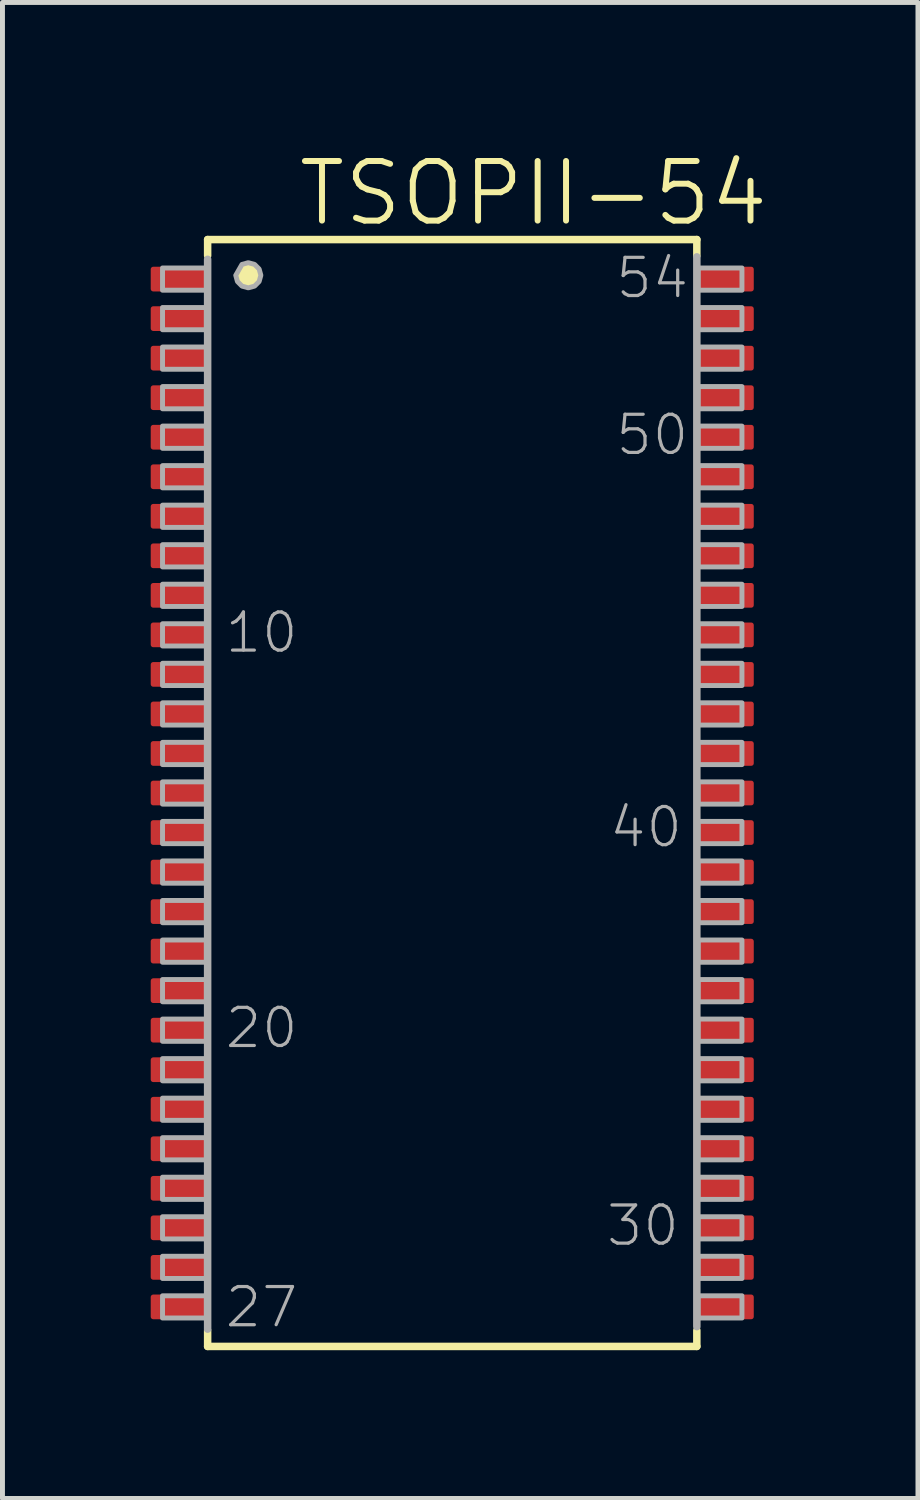
<source format=kicad_pcb>
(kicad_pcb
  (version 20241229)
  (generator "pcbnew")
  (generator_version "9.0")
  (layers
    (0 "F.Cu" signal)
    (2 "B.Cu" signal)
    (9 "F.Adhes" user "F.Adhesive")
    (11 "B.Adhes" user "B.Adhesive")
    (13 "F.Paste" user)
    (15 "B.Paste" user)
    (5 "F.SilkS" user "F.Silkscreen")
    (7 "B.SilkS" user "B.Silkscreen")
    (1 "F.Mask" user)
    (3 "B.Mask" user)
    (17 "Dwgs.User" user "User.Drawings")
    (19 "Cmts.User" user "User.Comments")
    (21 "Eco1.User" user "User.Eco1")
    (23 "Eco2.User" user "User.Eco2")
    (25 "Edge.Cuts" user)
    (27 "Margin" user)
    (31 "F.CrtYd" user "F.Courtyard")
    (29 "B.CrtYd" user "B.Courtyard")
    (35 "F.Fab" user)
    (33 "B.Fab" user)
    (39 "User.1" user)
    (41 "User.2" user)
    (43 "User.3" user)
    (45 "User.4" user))
  (footprint "TSOPII-54"
    (layer "F.Cu")
    (at 6.102 12.998)
    (property "Reference" "TSOPII-54" (at -3.175 -11.43 180) (layer "F.SilkS") (effects (font (size 1.206 1.206) (thickness 0.121)) (justify left bottom)))
    (attr through_hole)
    (fp_line (start -4.95 -11.2) (end -4.95 -10.875) (stroke (width 0.152) (type solid)) (layer "F.SilkS"))
    (fp_line (start -4.95 11.2) (end -4.95 10.875) (stroke (width 0.152) (type solid)) (layer "F.SilkS"))
    (fp_line (start -4.95 11.2) (end 4.95 11.2) (stroke (width 0.152) (type solid)) (layer "F.SilkS"))
    (fp_line (start 4.95 -11.2) (end -4.95 -11.2) (stroke (width 0.152) (type solid)) (layer "F.SilkS"))
    (fp_line (start 4.95 -11.2) (end 4.95 -10.875) (stroke (width 0.152) (type solid)) (layer "F.SilkS"))
    (fp_line (start 4.95 11.2) (end 4.95 10.875) (stroke (width 0.152) (type solid)) (layer "F.SilkS"))
    (fp_poly (pts (xy -4.381 -10.477) (xy -4.347 -10.351) (xy -4.255 -10.258) (xy -4.128 -10.223) (xy -4 -10.258) (xy -3.908 -10.351) (xy -3.873 -10.477) (xy -3.908 -10.604) (xy -4 -10.697) (xy -4.128 -10.732) (xy -4.255 -10.697)) (stroke (width 0) (type solid)) (fill yes) (layer "F.SilkS"))
    (fp_line (start -4.95 -10.8) (end -4.95 10.85) (stroke (width 0.152) (type solid)) (layer "F.Fab"))
    (fp_line (start 4.95 10.8) (end 4.95 -10.85) (stroke (width 0.152) (type solid)) (layer "F.Fab"))
    (fp_poly (pts (xy -5.863 -10.625) (xy -5.863 -10.175) (xy -4.975 -10.175) (xy -4.975 -10.625)) (stroke (width 0.1) (type solid)) (fill no) (layer "F.Fab"))
    (fp_poly (pts (xy -5.863 -9.825) (xy -5.863 -9.375) (xy -4.975 -9.375) (xy -4.975 -9.825)) (stroke (width 0.1) (type solid)) (fill no) (layer "F.Fab"))
    (fp_poly (pts (xy -5.863 -9.025) (xy -5.863 -8.575) (xy -4.975 -8.575) (xy -4.975 -9.025)) (stroke (width 0.1) (type solid)) (fill no) (layer "F.Fab"))
    (fp_poly (pts (xy -5.863 -8.225) (xy -5.863 -7.775) (xy -4.975 -7.775) (xy -4.975 -8.225)) (stroke (width 0.1) (type solid)) (fill no) (layer "F.Fab"))
    (fp_poly (pts (xy -5.863 -7.425) (xy -5.863 -6.975) (xy -4.975 -6.975) (xy -4.975 -7.425)) (stroke (width 0.1) (type solid)) (fill no) (layer "F.Fab"))
    (fp_poly (pts (xy -5.863 -6.625) (xy -5.863 -6.175) (xy -4.975 -6.175) (xy -4.975 -6.625)) (stroke (width 0.1) (type solid)) (fill no) (layer "F.Fab"))
    (fp_poly (pts (xy -5.863 -5.825) (xy -5.863 -5.375) (xy -4.975 -5.375) (xy -4.975 -5.825)) (stroke (width 0.1) (type solid)) (fill no) (layer "F.Fab"))
    (fp_poly (pts (xy -5.863 -5.025) (xy -5.863 -4.575) (xy -4.975 -4.575) (xy -4.975 -5.025)) (stroke (width 0.1) (type solid)) (fill no) (layer "F.Fab"))
    (fp_poly (pts (xy -5.863 -4.225) (xy -5.863 -3.775) (xy -4.975 -3.775) (xy -4.975 -4.225)) (stroke (width 0.1) (type solid)) (fill no) (layer "F.Fab"))
    (fp_poly (pts (xy -5.863 -3.425) (xy -5.863 -2.975) (xy -4.975 -2.975) (xy -4.975 -3.425)) (stroke (width 0.1) (type solid)) (fill no) (layer "F.Fab"))
    (fp_poly (pts (xy -5.863 -2.625) (xy -5.863 -2.175) (xy -4.975 -2.175) (xy -4.975 -2.625)) (stroke (width 0.1) (type solid)) (fill no) (layer "F.Fab"))
    (fp_poly (pts (xy -5.863 -1.825) (xy -5.863 -1.375) (xy -4.975 -1.375) (xy -4.975 -1.825)) (stroke (width 0.1) (type solid)) (fill no) (layer "F.Fab"))
    (fp_poly (pts (xy -5.863 -1.025) (xy -5.863 -0.575) (xy -4.975 -0.575) (xy -4.975 -1.025)) (stroke (width 0.1) (type solid)) (fill no) (layer "F.Fab"))
    (fp_poly (pts (xy -5.863 -0.225) (xy -5.863 0.225) (xy -4.975 0.225) (xy -4.975 -0.225)) (stroke (width 0.1) (type solid)) (fill no) (layer "F.Fab"))
    (fp_poly (pts (xy -5.863 0.575) (xy -5.863 1.025) (xy -4.975 1.025) (xy -4.975 0.575)) (stroke (width 0.1) (type solid)) (fill no) (layer "F.Fab"))
    (fp_poly (pts (xy -5.863 1.375) (xy -5.863 1.825) (xy -4.975 1.825) (xy -4.975 1.375)) (stroke (width 0.1) (type solid)) (fill no) (layer "F.Fab"))
    (fp_poly (pts (xy -5.863 2.175) (xy -5.863 2.625) (xy -4.975 2.625) (xy -4.975 2.175)) (stroke (width 0.1) (type solid)) (fill no) (layer "F.Fab"))
    (fp_poly (pts (xy -5.863 2.975) (xy -5.863 3.425) (xy -4.975 3.425) (xy -4.975 2.975)) (stroke (width 0.1) (type solid)) (fill no) (layer "F.Fab"))
    (fp_poly (pts (xy -5.863 3.775) (xy -5.863 4.225) (xy -4.975 4.225) (xy -4.975 3.775)) (stroke (width 0.1) (type solid)) (fill no) (layer "F.Fab"))
    (fp_poly (pts (xy -5.863 4.575) (xy -5.863 5.025) (xy -4.975 5.025) (xy -4.975 4.575)) (stroke (width 0.1) (type solid)) (fill no) (layer "F.Fab"))
    (fp_poly (pts (xy -5.863 5.375) (xy -5.863 5.825) (xy -4.975 5.825) (xy -4.975 5.375)) (stroke (width 0.1) (type solid)) (fill no) (layer "F.Fab"))
    (fp_poly (pts (xy -5.863 6.175) (xy -5.863 6.625) (xy -4.975 6.625) (xy -4.975 6.175)) (stroke (width 0.1) (type solid)) (fill no) (layer "F.Fab"))
    (fp_poly (pts (xy -5.863 6.975) (xy -5.863 7.425) (xy -4.975 7.425) (xy -4.975 6.975)) (stroke (width 0.1) (type solid)) (fill no) (layer "F.Fab"))
    (fp_poly (pts (xy -5.863 7.775) (xy -5.863 8.225) (xy -4.975 8.225) (xy -4.975 7.775)) (stroke (width 0.1) (type solid)) (fill no) (layer "F.Fab"))
    (fp_poly (pts (xy -5.863 8.575) (xy -5.863 9.025) (xy -4.975 9.025) (xy -4.975 8.575)) (stroke (width 0.1) (type solid)) (fill no) (layer "F.Fab"))
    (fp_poly (pts (xy -5.863 9.375) (xy -5.863 9.825) (xy -4.975 9.825) (xy -4.975 9.375)) (stroke (width 0.1) (type solid)) (fill no) (layer "F.Fab"))
    (fp_poly (pts (xy -5.863 10.175) (xy -5.863 10.625) (xy -4.975 10.625) (xy -4.975 10.175)) (stroke (width 0.1) (type solid)) (fill no) (layer "F.Fab"))
    (fp_poly (pts (xy 5.863 -10.175) (xy 5.863 -10.625) (xy 4.975 -10.625) (xy 4.975 -10.175)) (stroke (width 0.1) (type solid)) (fill no) (layer "F.Fab"))
    (fp_poly (pts (xy 5.863 -9.375) (xy 5.863 -9.825) (xy 4.975 -9.825) (xy 4.975 -9.375)) (stroke (width 0.1) (type solid)) (fill no) (layer "F.Fab"))
    (fp_poly (pts (xy 5.863 -8.575) (xy 5.863 -9.025) (xy 4.975 -9.025) (xy 4.975 -8.575)) (stroke (width 0.1) (type solid)) (fill no) (layer "F.Fab"))
    (fp_poly (pts (xy 5.863 -7.775) (xy 5.863 -8.225) (xy 4.975 -8.225) (xy 4.975 -7.775)) (stroke (width 0.1) (type solid)) (fill no) (layer "F.Fab"))
    (fp_poly (pts (xy 5.863 -6.975) (xy 5.863 -7.425) (xy 4.975 -7.425) (xy 4.975 -6.975)) (stroke (width 0.1) (type solid)) (fill no) (layer "F.Fab"))
    (fp_poly (pts (xy 5.863 -6.175) (xy 5.863 -6.625) (xy 4.975 -6.625) (xy 4.975 -6.175)) (stroke (width 0.1) (type solid)) (fill no) (layer "F.Fab"))
    (fp_poly (pts (xy 5.863 -5.375) (xy 5.863 -5.825) (xy 4.975 -5.825) (xy 4.975 -5.375)) (stroke (width 0.1) (type solid)) (fill no) (layer "F.Fab"))
    (fp_poly (pts (xy 5.863 -4.575) (xy 5.863 -5.025) (xy 4.975 -5.025) (xy 4.975 -4.575)) (stroke (width 0.1) (type solid)) (fill no) (layer "F.Fab"))
    (fp_poly (pts (xy 5.863 -3.775) (xy 5.863 -4.225) (xy 4.975 -4.225) (xy 4.975 -3.775)) (stroke (width 0.1) (type solid)) (fill no) (layer "F.Fab"))
    (fp_poly (pts (xy 5.863 -2.975) (xy 5.863 -3.425) (xy 4.975 -3.425) (xy 4.975 -2.975)) (stroke (width 0.1) (type solid)) (fill no) (layer "F.Fab"))
    (fp_poly (pts (xy 5.863 -2.175) (xy 5.863 -2.625) (xy 4.975 -2.625) (xy 4.975 -2.175)) (stroke (width 0.1) (type solid)) (fill no) (layer "F.Fab"))
    (fp_poly (pts (xy 5.863 -1.375) (xy 5.863 -1.825) (xy 4.975 -1.825) (xy 4.975 -1.375)) (stroke (width 0.1) (type solid)) (fill no) (layer "F.Fab"))
    (fp_poly (pts (xy 5.863 -0.575) (xy 5.863 -1.025) (xy 4.975 -1.025) (xy 4.975 -0.575)) (stroke (width 0.1) (type solid)) (fill no) (layer "F.Fab"))
    (fp_poly (pts (xy 5.863 0.225) (xy 5.863 -0.225) (xy 4.975 -0.225) (xy 4.975 0.225)) (stroke (width 0.1) (type solid)) (fill no) (layer "F.Fab"))
    (fp_poly (pts (xy 5.863 1.025) (xy 5.863 0.575) (xy 4.975 0.575) (xy 4.975 1.025)) (stroke (width 0.1) (type solid)) (fill no) (layer "F.Fab"))
    (fp_poly (pts (xy 5.863 1.825) (xy 5.863 1.375) (xy 4.975 1.375) (xy 4.975 1.825)) (stroke (width 0.1) (type solid)) (fill no) (layer "F.Fab"))
    (fp_poly (pts (xy 5.863 2.625) (xy 5.863 2.175) (xy 4.975 2.175) (xy 4.975 2.625)) (stroke (width 0.1) (type solid)) (fill no) (layer "F.Fab"))
    (fp_poly (pts (xy 5.863 3.425) (xy 5.863 2.975) (xy 4.975 2.975) (xy 4.975 3.425)) (stroke (width 0.1) (type solid)) (fill no) (layer "F.Fab"))
    (fp_poly (pts (xy 5.863 4.225) (xy 5.863 3.775) (xy 4.975 3.775) (xy 4.975 4.225)) (stroke (width 0.1) (type solid)) (fill no) (layer "F.Fab"))
    (fp_poly (pts (xy 5.863 5.025) (xy 5.863 4.575) (xy 4.975 4.575) (xy 4.975 5.025)) (stroke (width 0.1) (type solid)) (fill no) (layer "F.Fab"))
    (fp_poly (pts (xy 5.863 5.825) (xy 5.863 5.375) (xy 4.975 5.375) (xy 4.975 5.825)) (stroke (width 0.1) (type solid)) (fill no) (layer "F.Fab"))
    (fp_poly (pts (xy 5.863 6.625) (xy 5.863 6.175) (xy 4.975 6.175) (xy 4.975 6.625)) (stroke (width 0.1) (type solid)) (fill no) (layer "F.Fab"))
    (fp_poly (pts (xy 5.863 7.425) (xy 5.863 6.975) (xy 4.975 6.975) (xy 4.975 7.425)) (stroke (width 0.1) (type solid)) (fill no) (layer "F.Fab"))
    (fp_poly (pts (xy 5.863 8.225) (xy 5.863 7.775) (xy 4.975 7.775) (xy 4.975 8.225)) (stroke (width 0.1) (type solid)) (fill no) (layer "F.Fab"))
    (fp_poly (pts (xy 5.863 9.025) (xy 5.863 8.575) (xy 4.975 8.575) (xy 4.975 9.025)) (stroke (width 0.1) (type solid)) (fill no) (layer "F.Fab"))
    (fp_poly (pts (xy 5.863 9.825) (xy 5.863 9.375) (xy 4.975 9.375) (xy 4.975 9.825)) (stroke (width 0.1) (type solid)) (fill no) (layer "F.Fab"))
    (fp_poly (pts (xy 5.863 10.625) (xy 5.863 10.175) (xy 4.975 10.175) (xy 4.975 10.625)) (stroke (width 0.1) (type solid)) (fill no) (layer "F.Fab"))
    (fp_poly (pts (xy -4.381 -10.477) (xy -4.347 -10.351) (xy -4.255 -10.258) (xy -4.128 -10.223) (xy -4 -10.258) (xy -3.908 -10.351) (xy -3.873 -10.477) (xy -3.908 -10.604) (xy -4 -10.697) (xy -4.128 -10.732) (xy -4.255 -10.697)) (stroke (width 0.1) (type solid)) (fill no) (layer "F.Fab"))
    (fp_text user "20" (at -4.636 5.207 0) (layer "F.Fab") (effects (font (size 0.772 0.772) (thickness 0.065)) (justify left bottom)))
    (fp_text user "10" (at -4.636 -2.794 0) (layer "F.Fab") (effects (font (size 0.772 0.772) (thickness 0.065)) (justify left bottom)))
    (fp_text user "30" (at 4.636 9.207 0) (layer "F.Fab") (effects (font (size 0.772 0.772) (thickness 0.065)) (justify right bottom)))
    (fp_text user "40" (at 4.699 1.143 0) (layer "F.Fab") (effects (font (size 0.772 0.772) (thickness 0.065)) (justify right bottom)))
    (fp_text user "50" (at 4.826 -6.795 0) (layer "F.Fab") (effects (font (size 0.772 0.772) (thickness 0.065)) (justify right bottom)))
    (fp_text user "27" (at -4.636 10.858 0) (layer "F.Fab") (effects (font (size 0.772 0.772) (thickness 0.065)) (justify left bottom)))
    (fp_text user "54" (at 4.826 -9.97 0) (layer "F.Fab") (effects (font (size 0.772 0.772) (thickness 0.065)) (justify right bottom)))
    (pad "1" smd roundrect (at -5.502 -10.4 270) (size 0.5 1.2) (layers "F.Cu" "F.Mask" "F.Paste") (roundrect_rratio 0.102))
    (pad "2" smd roundrect (at -5.502 -9.6 270) (size 0.5 1.2) (layers "F.Cu" "F.Mask" "F.Paste") (roundrect_rratio 0.102))
    (pad "3" smd roundrect (at -5.502 -8.8 270) (size 0.5 1.2) (layers "F.Cu" "F.Mask" "F.Paste") (roundrect_rratio 0.102))
    (pad "4" smd roundrect (at -5.502 -8 270) (size 0.5 1.2) (layers "F.Cu" "F.Mask" "F.Paste") (roundrect_rratio 0.102))
    (pad "5" smd roundrect (at -5.502 -7.2 270) (size 0.5 1.2) (layers "F.Cu" "F.Mask" "F.Paste") (roundrect_rratio 0.102))
    (pad "6" smd roundrect (at -5.502 -6.4 270) (size 0.5 1.2) (layers "F.Cu" "F.Mask" "F.Paste") (roundrect_rratio 0.102))
    (pad "7" smd roundrect (at -5.502 -5.6 270) (size 0.5 1.2) (layers "F.Cu" "F.Mask" "F.Paste") (roundrect_rratio 0.102))
    (pad "8" smd roundrect (at -5.502 -4.8 270) (size 0.5 1.2) (layers "F.Cu" "F.Mask" "F.Paste") (roundrect_rratio 0.102))
    (pad "9" smd roundrect (at -5.502 -4 270) (size 0.5 1.2) (layers "F.Cu" "F.Mask" "F.Paste") (roundrect_rratio 0.102))
    (pad "10" smd roundrect (at -5.502 -3.2 270) (size 0.5 1.2) (layers "F.Cu" "F.Mask" "F.Paste") (roundrect_rratio 0.102))
    (pad "11" smd roundrect (at -5.502 -2.4 270) (size 0.5 1.2) (layers "F.Cu" "F.Mask" "F.Paste") (roundrect_rratio 0.102))
    (pad "12" smd roundrect (at -5.502 -1.6 270) (size 0.5 1.2) (layers "F.Cu" "F.Mask" "F.Paste") (roundrect_rratio 0.102))
    (pad "13" smd roundrect (at -5.502 -0.8 270) (size 0.5 1.2) (layers "F.Cu" "F.Mask" "F.Paste") (roundrect_rratio 0.102))
    (pad "14" smd roundrect (at -5.502 0 270) (size 0.5 1.2) (layers "F.Cu" "F.Mask" "F.Paste") (roundrect_rratio 0.102))
    (pad "15" smd roundrect (at -5.502 0.8 270) (size 0.5 1.2) (layers "F.Cu" "F.Mask" "F.Paste") (roundrect_rratio 0.102))
    (pad "16" smd roundrect (at -5.502 1.6 270) (size 0.5 1.2) (layers "F.Cu" "F.Mask" "F.Paste") (roundrect_rratio 0.102))
    (pad "17" smd roundrect (at -5.502 2.4 270) (size 0.5 1.2) (layers "F.Cu" "F.Mask" "F.Paste") (roundrect_rratio 0.102))
    (pad "18" smd roundrect (at -5.502 3.2 270) (size 0.5 1.2) (layers "F.Cu" "F.Mask" "F.Paste") (roundrect_rratio 0.102))
    (pad "19" smd roundrect (at -5.502 4 270) (size 0.5 1.2) (layers "F.Cu" "F.Mask" "F.Paste") (roundrect_rratio 0.102))
    (pad "20" smd roundrect (at -5.502 4.8 270) (size 0.5 1.2) (layers "F.Cu" "F.Mask" "F.Paste") (roundrect_rratio 0.102))
    (pad "21" smd roundrect (at -5.502 5.6 270) (size 0.5 1.2) (layers "F.Cu" "F.Mask" "F.Paste") (roundrect_rratio 0.102))
    (pad "22" smd roundrect (at -5.502 6.4 270) (size 0.5 1.2) (layers "F.Cu" "F.Mask" "F.Paste") (roundrect_rratio 0.102))
    (pad "23" smd roundrect (at -5.502 7.2 270) (size 0.5 1.2) (layers "F.Cu" "F.Mask" "F.Paste") (roundrect_rratio 0.102))
    (pad "24" smd roundrect (at -5.502 8 270) (size 0.5 1.2) (layers "F.Cu" "F.Mask" "F.Paste") (roundrect_rratio 0.102))
    (pad "25" smd roundrect (at -5.502 8.8 270) (size 0.5 1.2) (layers "F.Cu" "F.Mask" "F.Paste") (roundrect_rratio 0.102))
    (pad "26" smd roundrect (at -5.502 9.6 270) (size 0.5 1.2) (layers "F.Cu" "F.Mask" "F.Paste") (roundrect_rratio 0.102))
    (pad "27" smd roundrect (at -5.502 10.4 270) (size 0.5 1.2) (layers "F.Cu" "F.Mask" "F.Paste") (roundrect_rratio 0.102))
    (pad "28" smd roundrect (at 5.502 10.4 90) (size 0.5 1.2) (layers "F.Cu" "F.Mask" "F.Paste") (roundrect_rratio 0.102))
    (pad "29" smd roundrect (at 5.502 9.6 90) (size 0.5 1.2) (layers "F.Cu" "F.Mask" "F.Paste") (roundrect_rratio 0.102))
    (pad "30" smd roundrect (at 5.502 8.8 90) (size 0.5 1.2) (layers "F.Cu" "F.Mask" "F.Paste") (roundrect_rratio 0.102))
    (pad "31" smd roundrect (at 5.502 8 90) (size 0.5 1.2) (layers "F.Cu" "F.Mask" "F.Paste") (roundrect_rratio 0.102))
    (pad "32" smd roundrect (at 5.502 7.2 90) (size 0.5 1.2) (layers "F.Cu" "F.Mask" "F.Paste") (roundrect_rratio 0.102))
    (pad "33" smd roundrect (at 5.502 6.4 90) (size 0.5 1.2) (layers "F.Cu" "F.Mask" "F.Paste") (roundrect_rratio 0.102))
    (pad "34" smd roundrect (at 5.502 5.6 90) (size 0.5 1.2) (layers "F.Cu" "F.Mask" "F.Paste") (roundrect_rratio 0.102))
    (pad "35" smd roundrect (at 5.502 4.8 90) (size 0.5 1.2) (layers "F.Cu" "F.Mask" "F.Paste") (roundrect_rratio 0.102))
    (pad "36" smd roundrect (at 5.502 4 90) (size 0.5 1.2) (layers "F.Cu" "F.Mask" "F.Paste") (roundrect_rratio 0.102))
    (pad "37" smd roundrect (at 5.502 3.2 90) (size 0.5 1.2) (layers "F.Cu" "F.Mask" "F.Paste") (roundrect_rratio 0.102))
    (pad "38" smd roundrect (at 5.502 2.4 90) (size 0.5 1.2) (layers "F.Cu" "F.Mask" "F.Paste") (roundrect_rratio 0.102))
    (pad "39" smd roundrect (at 5.502 1.6 90) (size 0.5 1.2) (layers "F.Cu" "F.Mask" "F.Paste") (roundrect_rratio 0.102))
    (pad "40" smd roundrect (at 5.502 0.8 90) (size 0.5 1.2) (layers "F.Cu" "F.Mask" "F.Paste") (roundrect_rratio 0.102))
    (pad "41" smd roundrect (at 5.502 0 90) (size 0.5 1.2) (layers "F.Cu" "F.Mask" "F.Paste") (roundrect_rratio 0.102))
    (pad "42" smd roundrect (at 5.502 -0.8 90) (size 0.5 1.2) (layers "F.Cu" "F.Mask" "F.Paste") (roundrect_rratio 0.102))
    (pad "43" smd roundrect (at 5.502 -1.6 90) (size 0.5 1.2) (layers "F.Cu" "F.Mask" "F.Paste") (roundrect_rratio 0.102))
    (pad "44" smd roundrect (at 5.502 -2.4 90) (size 0.5 1.2) (layers "F.Cu" "F.Mask" "F.Paste") (roundrect_rratio 0.102))
    (pad "45" smd roundrect (at 5.502 -3.2 90) (size 0.5 1.2) (layers "F.Cu" "F.Mask" "F.Paste") (roundrect_rratio 0.102))
    (pad "46" smd roundrect (at 5.502 -4 90) (size 0.5 1.2) (layers "F.Cu" "F.Mask" "F.Paste") (roundrect_rratio 0.102))
    (pad "47" smd roundrect (at 5.502 -4.8 90) (size 0.5 1.2) (layers "F.Cu" "F.Mask" "F.Paste") (roundrect_rratio 0.102))
    (pad "48" smd roundrect (at 5.502 -5.6 90) (size 0.5 1.2) (layers "F.Cu" "F.Mask" "F.Paste") (roundrect_rratio 0.102))
    (pad "49" smd roundrect (at 5.502 -6.4 90) (size 0.5 1.2) (layers "F.Cu" "F.Mask" "F.Paste") (roundrect_rratio 0.102))
    (pad "50" smd roundrect (at 5.502 -7.2 90) (size 0.5 1.2) (layers "F.Cu" "F.Mask" "F.Paste") (roundrect_rratio 0.102))
    (pad "51" smd roundrect (at 5.502 -8 90) (size 0.5 1.2) (layers "F.Cu" "F.Mask" "F.Paste") (roundrect_rratio 0.102))
    (pad "52" smd roundrect (at 5.502 -8.8 90) (size 0.5 1.2) (layers "F.Cu" "F.Mask" "F.Paste") (roundrect_rratio 0.102))
    (pad "53" smd roundrect (at 5.502 -9.6 90) (size 0.5 1.2) (layers "F.Cu" "F.Mask" "F.Paste") (roundrect_rratio 0.102))
    (pad "54" smd roundrect (at 5.502 -10.4 90) (size 0.5 1.2) (layers "F.Cu" "F.Mask" "F.Paste") (roundrect_rratio 0.102)))
  (gr_rect
    (start -3 -3)
    (end 15.527 27.275)
    (stroke (width 0.1) (type default))
    (fill no)
    (layer "Edge.Cuts")))
</source>
